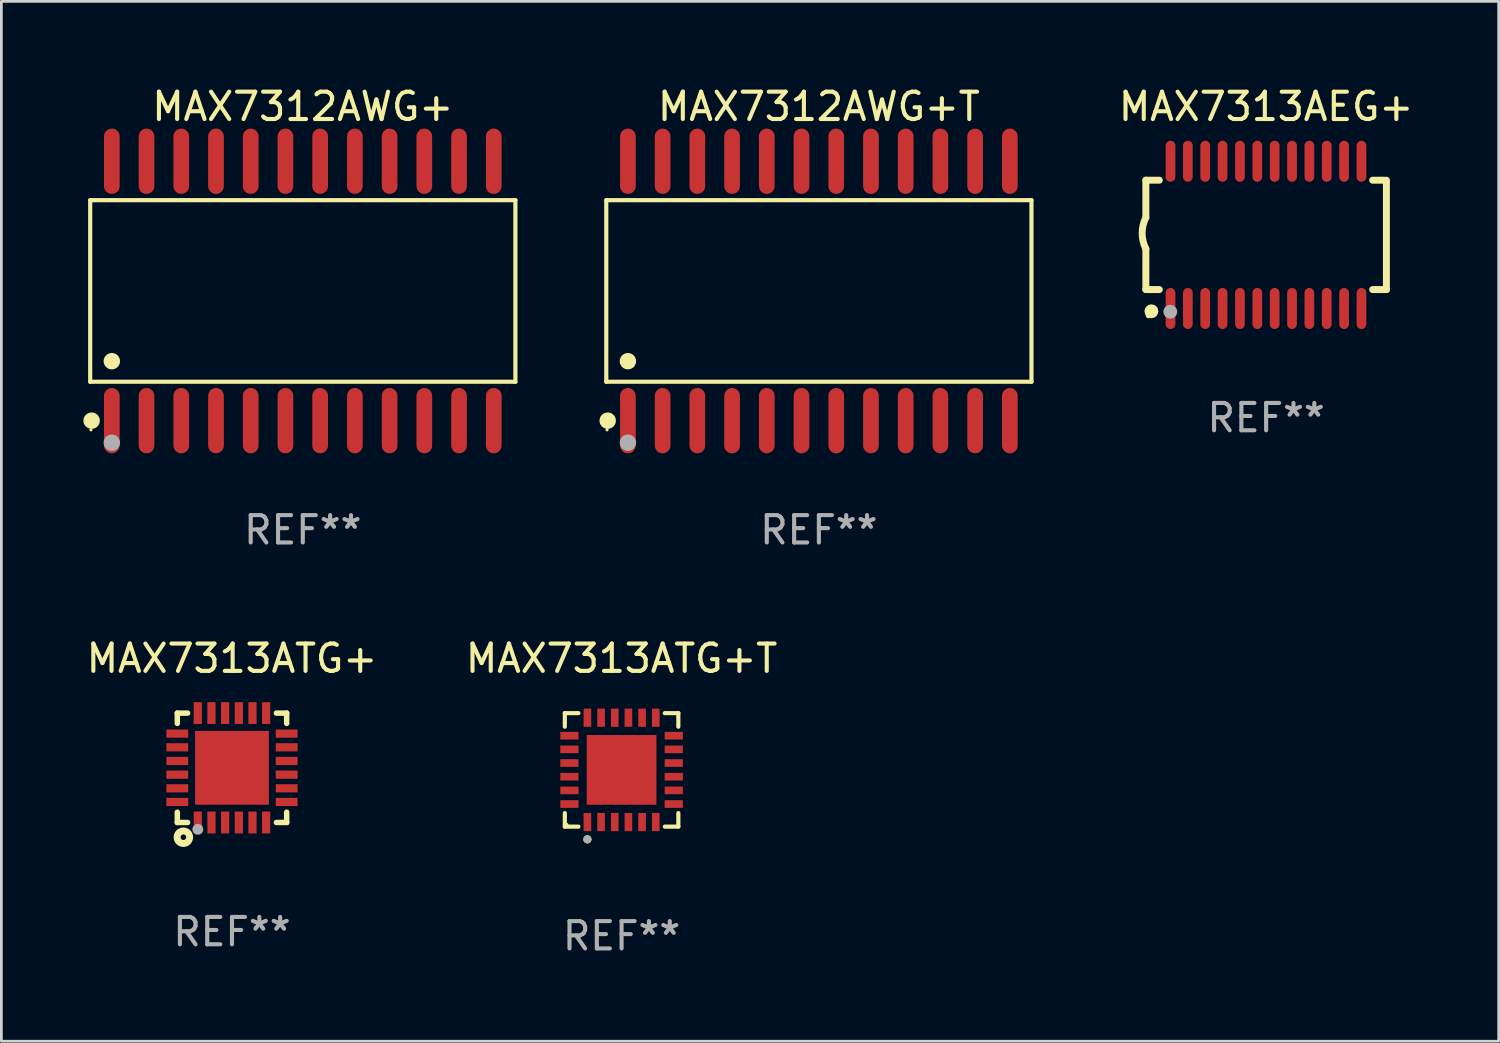
<source format=kicad_pcb>
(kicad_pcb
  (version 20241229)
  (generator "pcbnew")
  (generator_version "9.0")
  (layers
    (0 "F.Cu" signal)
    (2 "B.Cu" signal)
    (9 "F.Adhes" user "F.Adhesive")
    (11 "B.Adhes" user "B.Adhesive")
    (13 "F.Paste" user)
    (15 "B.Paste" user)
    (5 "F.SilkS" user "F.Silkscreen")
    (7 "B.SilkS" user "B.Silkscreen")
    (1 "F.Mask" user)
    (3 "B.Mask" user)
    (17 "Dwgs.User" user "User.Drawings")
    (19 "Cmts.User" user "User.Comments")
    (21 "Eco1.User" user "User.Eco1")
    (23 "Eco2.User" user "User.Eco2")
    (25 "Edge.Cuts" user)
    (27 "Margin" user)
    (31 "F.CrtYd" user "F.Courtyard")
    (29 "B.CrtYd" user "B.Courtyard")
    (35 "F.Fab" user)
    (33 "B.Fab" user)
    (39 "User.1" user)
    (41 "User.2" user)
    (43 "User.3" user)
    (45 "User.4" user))
  (footprint "MAX7313AEG+"
    (layer "F.Cu")
    (at 43.26 5.541)
    (property "Reference" "MAX7313AEG+" (at 0 -4.692 0) (layer "F.SilkS") (effects (font (size 1 1) (thickness 0.15))))
    (attr through_hole)
    (fp_line (start -4.399 -2) (end -4.399 -0.635) (stroke (width 0.254) (type solid)) (layer "F.SilkS"))
    (fp_line (start -4.399 -2) (end -3.907 -2) (stroke (width 0.254) (type solid)) (layer "F.SilkS"))
    (fp_line (start -4.399 2) (end -4.399 0.508) (stroke (width 0.254) (type solid)) (layer "F.SilkS"))
    (fp_line (start -4.399 2) (end -3.907 2) (stroke (width 0.254) (type solid)) (layer "F.SilkS"))
    (fp_line (start 3.896 -2) (end 4.313 -2) (stroke (width 0.254) (type solid)) (layer "F.SilkS"))
    (fp_line (start 3.896 2) (end 4.399 2) (stroke (width 0.254) (type solid)) (layer "F.SilkS"))
    (fp_line (start 4.399 2) (end 4.399 -2) (stroke (width 0.254) (type solid)) (layer "F.SilkS"))
    (fp_arc (start -4.399301 0.508001) (mid -4.534214 -0.0635) (end -4.399301 -0.635001) (stroke (width 0.254001) (type solid)) (layer "F.SilkS"))
    (fp_circle (center -4.305 2.95) (end -4.255 2.95) (stroke (width 0.1) (type solid)) (fill no) (layer "F.SilkS"))
    (fp_circle (center -4.196 2.794) (end -4.069 2.794) (stroke (width 0.254) (type solid)) (fill no) (layer "F.SilkS"))
    (fp_circle (center -3.505 2.81) (end -3.378 2.81) (stroke (width 0.254) (type solid)) (fill no) (layer "F.Fab"))
    (fp_text user "REF**" (at 0 6.692 0) (layer "F.Fab") (effects (font (size 1 1) (thickness 0.15))))
    (pad "1" smd oval (at -3.498 2.692 90) (size 1.5 0.356) (layers "F.Cu" "F.Mask" "F.Paste"))
    (pad "2" smd oval (at -2.863 2.692 90) (size 1.5 0.356) (layers "F.Cu" "F.Mask" "F.Paste"))
    (pad "3" smd oval (at -2.228 2.692 90) (size 1.5 0.356) (layers "F.Cu" "F.Mask" "F.Paste"))
    (pad "4" smd oval (at -1.593 2.692 90) (size 1.5 0.356) (layers "F.Cu" "F.Mask" "F.Paste"))
    (pad "5" smd oval (at -0.958 2.692 90) (size 1.5 0.356) (layers "F.Cu" "F.Mask" "F.Paste"))
    (pad "6" smd oval (at -0.323 2.692 90) (size 1.5 0.356) (layers "F.Cu" "F.Mask" "F.Paste"))
    (pad "7" smd oval (at 0.312 2.692 90) (size 1.5 0.356) (layers "F.Cu" "F.Mask" "F.Paste"))
    (pad "8" smd oval (at 0.947 2.692 90) (size 1.5 0.356) (layers "F.Cu" "F.Mask" "F.Paste"))
    (pad "9" smd oval (at 1.582 2.692 90) (size 1.5 0.356) (layers "F.Cu" "F.Mask" "F.Paste"))
    (pad "10" smd oval (at 2.217 2.692 90) (size 1.5 0.356) (layers "F.Cu" "F.Mask" "F.Paste"))
    (pad "11" smd oval (at 2.852 2.692 90) (size 1.5 0.356) (layers "F.Cu" "F.Mask" "F.Paste"))
    (pad "12" smd oval (at 3.487 2.692 90) (size 1.5 0.356) (layers "F.Cu" "F.Mask" "F.Paste"))
    (pad "13" smd oval (at 3.487 -2.692 90) (size 1.5 0.356) (layers "F.Cu" "F.Mask" "F.Paste"))
    (pad "14" smd oval (at 2.852 -2.692 90) (size 1.5 0.356) (layers "F.Cu" "F.Mask" "F.Paste"))
    (pad "15" smd oval (at 2.217 -2.692 90) (size 1.5 0.356) (layers "F.Cu" "F.Mask" "F.Paste"))
    (pad "16" smd oval (at 1.582 -2.692 90) (size 1.5 0.356) (layers "F.Cu" "F.Mask" "F.Paste"))
    (pad "17" smd oval (at 0.947 -2.692 90) (size 1.5 0.356) (layers "F.Cu" "F.Mask" "F.Paste"))
    (pad "18" smd oval (at 0.312 -2.692 90) (size 1.5 0.356) (layers "F.Cu" "F.Mask" "F.Paste"))
    (pad "19" smd oval (at -0.323 -2.692 90) (size 1.5 0.356) (layers "F.Cu" "F.Mask" "F.Paste"))
    (pad "20" smd oval (at -0.958 -2.692 90) (size 1.5 0.356) (layers "F.Cu" "F.Mask" "F.Paste"))
    (pad "21" smd oval (at -1.593 -2.692 90) (size 1.5 0.356) (layers "F.Cu" "F.Mask" "F.Paste"))
    (pad "22" smd oval (at -2.228 -2.692 90) (size 1.5 0.356) (layers "F.Cu" "F.Mask" "F.Paste"))
    (pad "23" smd oval (at -2.863 -2.692 90) (size 1.5 0.356) (layers "F.Cu" "F.Mask" "F.Paste"))
    (pad "24" smd oval (at -3.498 -2.692 90) (size 1.5 0.356) (layers "F.Cu" "F.Mask" "F.Paste")))
  (footprint "MAX7313ATG+"
    (layer "F.Cu")
    (at 5.435 25.033)
    (property "Reference" "MAX7313ATG+" (at 0 -4 0) (layer "F.SilkS") (effects (font (size 1 1) (thickness 0.15))))
    (attr through_hole)
    (fp_line (start -2 -2) (end -1.624 -2) (stroke (width 0.2) (type solid)) (layer "F.SilkS"))
    (fp_line (start -2 -1.624) (end -2 -2) (stroke (width 0.2) (type solid)) (layer "F.SilkS"))
    (fp_line (start -2 2) (end -2 1.624) (stroke (width 0.2) (type solid)) (layer "F.SilkS"))
    (fp_line (start -2 2) (end -1.624 2) (stroke (width 0.2) (type solid)) (layer "F.SilkS"))
    (fp_line (start 1.624 -2) (end 2 -2) (stroke (width 0.2) (type solid)) (layer "F.SilkS"))
    (fp_line (start 1.624 2) (end 2 2) (stroke (width 0.2) (type solid)) (layer "F.SilkS"))
    (fp_line (start 2 -2) (end 2 -1.624) (stroke (width 0.2) (type solid)) (layer "F.SilkS"))
    (fp_line (start 2 1.624) (end 2 2) (stroke (width 0.2) (type solid)) (layer "F.SilkS"))
    (fp_circle (center -2 2) (end -1.97 2) (stroke (width 0.06) (type solid)) (fill no) (layer "F.SilkS"))
    (fp_circle (center -1.778 2.54) (end -1.676 2.54) (stroke (width 0.254) (type solid)) (fill no) (layer "F.SilkS"))
    (fp_circle (center -1.25 2.25) (end -1.15 2.25) (stroke (width 0.2) (type solid)) (fill no) (layer "F.Fab"))
    (fp_text user "REF**" (at 0 6 0) (layer "F.Fab") (effects (font (size 1 1) (thickness 0.15))))
    (pad "1" smd rect (at -1.25 2) (size 0.3 0.8) (layers "F.Cu" "F.Mask" "F.Paste"))
    (pad "2" smd rect (at -0.75 2) (size 0.3 0.8) (layers "F.Cu" "F.Mask" "F.Paste"))
    (pad "3" smd rect (at -0.25 2) (size 0.3 0.8) (layers "F.Cu" "F.Mask" "F.Paste"))
    (pad "4" smd rect (at 0.25 2) (size 0.3 0.8) (layers "F.Cu" "F.Mask" "F.Paste"))
    (pad "5" smd rect (at 0.75 2) (size 0.3 0.8) (layers "F.Cu" "F.Mask" "F.Paste"))
    (pad "6" smd rect (at 1.25 2) (size 0.3 0.8) (layers "F.Cu" "F.Mask" "F.Paste"))
    (pad "7" smd rect (at 2 1.25 90) (size 0.3 0.8) (layers "F.Cu" "F.Mask" "F.Paste"))
    (pad "8" smd rect (at 2 0.75 90) (size 0.3 0.8) (layers "F.Cu" "F.Mask" "F.Paste"))
    (pad "9" smd rect (at 2 0.25 90) (size 0.3 0.8) (layers "F.Cu" "F.Mask" "F.Paste"))
    (pad "10" smd rect (at 2 -0.25 90) (size 0.3 0.8) (layers "F.Cu" "F.Mask" "F.Paste"))
    (pad "11" smd rect (at 2 -0.75 90) (size 0.3 0.8) (layers "F.Cu" "F.Mask" "F.Paste"))
    (pad "12" smd rect (at 2 -1.25 90) (size 0.3 0.8) (layers "F.Cu" "F.Mask" "F.Paste"))
    (pad "13" smd rect (at 1.25 -2 180) (size 0.3 0.8) (layers "F.Cu" "F.Mask" "F.Paste"))
    (pad "14" smd rect (at 0.75 -2 180) (size 0.3 0.8) (layers "F.Cu" "F.Mask" "F.Paste"))
    (pad "15" smd rect (at 0.25 -2 180) (size 0.3 0.8) (layers "F.Cu" "F.Mask" "F.Paste"))
    (pad "16" smd rect (at -0.25 -2 180) (size 0.3 0.8) (layers "F.Cu" "F.Mask" "F.Paste"))
    (pad "17" smd rect (at -0.75 -2 180) (size 0.3 0.8) (layers "F.Cu" "F.Mask" "F.Paste"))
    (pad "18" smd rect (at -1.25 -2 180) (size 0.3 0.8) (layers "F.Cu" "F.Mask" "F.Paste"))
    (pad "19" smd rect (at -2 -1.25 270) (size 0.3 0.8) (layers "F.Cu" "F.Mask" "F.Paste"))
    (pad "20" smd rect (at -2 -0.75 270) (size 0.3 0.8) (layers "F.Cu" "F.Mask" "F.Paste"))
    (pad "21" smd rect (at -2 -0.25 270) (size 0.3 0.8) (layers "F.Cu" "F.Mask" "F.Paste"))
    (pad "22" smd rect (at -2 0.25 270) (size 0.3 0.8) (layers "F.Cu" "F.Mask" "F.Paste"))
    (pad "23" smd rect (at -2 0.75 270) (size 0.3 0.8) (layers "F.Cu" "F.Mask" "F.Paste"))
    (pad "24" smd rect (at -2 1.25 270) (size 0.3 0.8) (layers "F.Cu" "F.Mask" "F.Paste"))
    (pad "25" smd rect (at 0 0) (size 2.7 2.7) (layers "F.Cu" "F.Mask" "F.Paste")))
  (footprint "MAX7313ATG+T"
    (layer "F.Cu")
    (at 19.685 25.109)
    (property "Reference" "MAX7313ATG+T" (at 0 -4.076 0) (layer "F.SilkS") (effects (font (size 1 1) (thickness 0.15))))
    (attr through_hole)
    (fp_line (start -2.076 -2.076) (end -1.58 -2.076) (stroke (width 0.152) (type solid)) (layer "F.SilkS"))
    (fp_line (start -2.076 -1.58) (end -2.076 -2.076) (stroke (width 0.152) (type solid)) (layer "F.SilkS"))
    (fp_line (start -2.076 1.58) (end -2.076 2.076) (stroke (width 0.152) (type solid)) (layer "F.SilkS"))
    (fp_line (start -2.076 2.076) (end -1.58 2.076) (stroke (width 0.152) (type solid)) (layer "F.SilkS"))
    (fp_line (start 2.076 -2.076) (end 1.58 -2.076) (stroke (width 0.152) (type solid)) (layer "F.SilkS"))
    (fp_line (start 2.076 -1.58) (end 2.076 -2.076) (stroke (width 0.152) (type solid)) (layer "F.SilkS"))
    (fp_line (start 2.076 1.58) (end 2.076 2.076) (stroke (width 0.152) (type solid)) (layer "F.SilkS"))
    (fp_line (start 2.076 2.076) (end 1.58 2.076) (stroke (width 0.152) (type solid)) (layer "F.SilkS"))
    (fp_circle (center -2 2) (end -1.97 2) (stroke (width 0.06) (type solid)) (fill no) (layer "F.SilkS"))
    (fp_circle (center -1.25 2.54) (end -1.175 2.54) (stroke (width 0.15) (type solid)) (fill no) (layer "F.SilkS"))
    (fp_circle (center -1.25 2.54) (end -1.175 2.54) (stroke (width 0.15) (type solid)) (fill no) (layer "F.Fab"))
    (fp_text user "REF**" (at 0 6.076 0) (layer "F.Fab") (effects (font (size 1 1) (thickness 0.15))))
    (pad "1" smd rect (at -1.25 1.908) (size 0.28 0.665) (layers "F.Cu" "F.Mask" "F.Paste"))
    (pad "2" smd rect (at -0.75 1.908) (size 0.28 0.665) (layers "F.Cu" "F.Mask" "F.Paste"))
    (pad "3" smd rect (at -0.25 1.908) (size 0.28 0.665) (layers "F.Cu" "F.Mask" "F.Paste"))
    (pad "4" smd rect (at 0.25 1.908) (size 0.28 0.665) (layers "F.Cu" "F.Mask" "F.Paste"))
    (pad "5" smd rect (at 0.75 1.908) (size 0.28 0.665) (layers "F.Cu" "F.Mask" "F.Paste"))
    (pad "6" smd rect (at 1.25 1.908) (size 0.28 0.665) (layers "F.Cu" "F.Mask" "F.Paste"))
    (pad "7" smd rect (at 1.908 1.25) (size 0.665 0.28) (layers "F.Cu" "F.Mask" "F.Paste"))
    (pad "8" smd rect (at 1.908 0.75) (size 0.665 0.28) (layers "F.Cu" "F.Mask" "F.Paste"))
    (pad "9" smd rect (at 1.908 0.25) (size 0.665 0.28) (layers "F.Cu" "F.Mask" "F.Paste"))
    (pad "10" smd rect (at 1.908 -0.25) (size 0.665 0.28) (layers "F.Cu" "F.Mask" "F.Paste"))
    (pad "11" smd rect (at 1.908 -0.75) (size 0.665 0.28) (layers "F.Cu" "F.Mask" "F.Paste"))
    (pad "12" smd rect (at 1.908 -1.25) (size 0.665 0.28) (layers "F.Cu" "F.Mask" "F.Paste"))
    (pad "13" smd rect (at 1.25 -1.908) (size 0.28 0.665) (layers "F.Cu" "F.Mask" "F.Paste"))
    (pad "14" smd rect (at 0.75 -1.908) (size 0.28 0.665) (layers "F.Cu" "F.Mask" "F.Paste"))
    (pad "15" smd rect (at 0.25 -1.908) (size 0.28 0.665) (layers "F.Cu" "F.Mask" "F.Paste"))
    (pad "16" smd rect (at -0.25 -1.908) (size 0.28 0.665) (layers "F.Cu" "F.Mask" "F.Paste"))
    (pad "17" smd rect (at -0.75 -1.908) (size 0.28 0.665) (layers "F.Cu" "F.Mask" "F.Paste"))
    (pad "18" smd rect (at -1.25 -1.908) (size 0.28 0.665) (layers "F.Cu" "F.Mask" "F.Paste"))
    (pad "19" smd rect (at -1.908 -1.25) (size 0.665 0.28) (layers "F.Cu" "F.Mask" "F.Paste"))
    (pad "20" smd rect (at -1.908 -0.75) (size 0.665 0.28) (layers "F.Cu" "F.Mask" "F.Paste"))
    (pad "21" smd rect (at -1.908 -0.25) (size 0.665 0.28) (layers "F.Cu" "F.Mask" "F.Paste"))
    (pad "22" smd rect (at -1.908 0.25) (size 0.665 0.28) (layers "F.Cu" "F.Mask" "F.Paste"))
    (pad "23" smd rect (at -1.908 0.75) (size 0.665 0.28) (layers "F.Cu" "F.Mask" "F.Paste"))
    (pad "24" smd rect (at -1.908 1.25) (size 0.665 0.28) (layers "F.Cu" "F.Mask" "F.Paste"))
    (pad "25" smd rect (at 0 0) (size 2.55 2.55) (layers "F.Cu" "F.Mask" "F.Paste")))
  (footprint "MAX7312AWG+"
    (layer "F.Cu")
    (at 8.025 7.592)
    (property "Reference" "MAX7312AWG+" (at 0 -6.744 0) (layer "F.SilkS") (effects (font (size 1 1) (thickness 0.15))))
    (attr through_hole)
    (fp_line (start -7.776 -3.321) (end 7.776 -3.321) (stroke (width 0.152) (type solid)) (layer "F.SilkS"))
    (fp_line (start -7.776 3.321) (end -7.776 -3.321) (stroke (width 0.152) (type solid)) (layer "F.SilkS"))
    (fp_line (start 7.776 -3.321) (end 7.776 3.321) (stroke (width 0.152) (type solid)) (layer "F.SilkS"))
    (fp_line (start 7.776 3.321) (end -7.776 3.321) (stroke (width 0.152) (type solid)) (layer "F.SilkS"))
    (fp_circle (center -7.747 5.08) (end -7.717 5.08) (stroke (width 0.06) (type solid)) (fill no) (layer "F.SilkS"))
    (fp_circle (center -7.724 4.744) (end -7.574 4.744) (stroke (width 0.3) (type solid)) (fill no) (layer "F.SilkS"))
    (fp_circle (center -6.985 2.569) (end -6.835 2.569) (stroke (width 0.3) (type solid)) (fill no) (layer "F.SilkS"))
    (fp_circle (center -6.985 5.55) (end -6.835 5.55) (stroke (width 0.3) (type solid)) (fill no) (layer "F.Fab"))
    (fp_text user "REF**" (at 0 8.744 0) (layer "F.Fab") (effects (font (size 1 1) (thickness 0.15))))
    (pad "1" smd oval (at -6.985 4.744) (size 0.574 2.388) (layers "F.Cu" "F.Mask" "F.Paste"))
    (pad "2" smd oval (at -5.715 4.744) (size 0.574 2.388) (layers "F.Cu" "F.Mask" "F.Paste"))
    (pad "3" smd oval (at -4.445 4.744) (size 0.574 2.388) (layers "F.Cu" "F.Mask" "F.Paste"))
    (pad "4" smd oval (at -3.175 4.744) (size 0.574 2.388) (layers "F.Cu" "F.Mask" "F.Paste"))
    (pad "5" smd oval (at -1.905 4.744) (size 0.574 2.388) (layers "F.Cu" "F.Mask" "F.Paste"))
    (pad "6" smd oval (at -0.635 4.744) (size 0.574 2.388) (layers "F.Cu" "F.Mask" "F.Paste"))
    (pad "7" smd oval (at 0.635 4.744) (size 0.574 2.388) (layers "F.Cu" "F.Mask" "F.Paste"))
    (pad "8" smd oval (at 1.905 4.744) (size 0.574 2.388) (layers "F.Cu" "F.Mask" "F.Paste"))
    (pad "9" smd oval (at 3.175 4.744) (size 0.574 2.388) (layers "F.Cu" "F.Mask" "F.Paste"))
    (pad "10" smd oval (at 4.445 4.744) (size 0.574 2.388) (layers "F.Cu" "F.Mask" "F.Paste"))
    (pad "11" smd oval (at 5.715 4.744) (size 0.574 2.388) (layers "F.Cu" "F.Mask" "F.Paste"))
    (pad "12" smd oval (at 6.985 4.744) (size 0.574 2.388) (layers "F.Cu" "F.Mask" "F.Paste"))
    (pad "13" smd oval (at 6.985 -4.744) (size 0.574 2.388) (layers "F.Cu" "F.Mask" "F.Paste"))
    (pad "14" smd oval (at 5.715 -4.744) (size 0.574 2.388) (layers "F.Cu" "F.Mask" "F.Paste"))
    (pad "15" smd oval (at 4.445 -4.744) (size 0.574 2.388) (layers "F.Cu" "F.Mask" "F.Paste"))
    (pad "16" smd oval (at 3.175 -4.744) (size 0.574 2.388) (layers "F.Cu" "F.Mask" "F.Paste"))
    (pad "17" smd oval (at 1.905 -4.744) (size 0.574 2.388) (layers "F.Cu" "F.Mask" "F.Paste"))
    (pad "18" smd oval (at 0.635 -4.744) (size 0.574 2.388) (layers "F.Cu" "F.Mask" "F.Paste"))
    (pad "19" smd oval (at -0.635 -4.744) (size 0.574 2.388) (layers "F.Cu" "F.Mask" "F.Paste"))
    (pad "20" smd oval (at -1.905 -4.744) (size 0.574 2.388) (layers "F.Cu" "F.Mask" "F.Paste"))
    (pad "21" smd oval (at -3.175 -4.744) (size 0.574 2.388) (layers "F.Cu" "F.Mask" "F.Paste"))
    (pad "22" smd oval (at -4.445 -4.744) (size 0.574 2.388) (layers "F.Cu" "F.Mask" "F.Paste"))
    (pad "23" smd oval (at -5.715 -4.744) (size 0.574 2.388) (layers "F.Cu" "F.Mask" "F.Paste"))
    (pad "24" smd oval (at -6.985 -4.744) (size 0.574 2.388) (layers "F.Cu" "F.Mask" "F.Paste")))
  (footprint "MAX7312AWG+T"
    (layer "F.Cu")
    (at 26.901 7.592)
    (property "Reference" "MAX7312AWG+T" (at 0 -6.744 0) (layer "F.SilkS") (effects (font (size 1 1) (thickness 0.15))))
    (attr through_hole)
    (fp_line (start -7.776 -3.321) (end 7.776 -3.321) (stroke (width 0.152) (type solid)) (layer "F.SilkS"))
    (fp_line (start -7.776 3.321) (end -7.776 -3.321) (stroke (width 0.152) (type solid)) (layer "F.SilkS"))
    (fp_line (start 7.776 -3.321) (end 7.776 3.321) (stroke (width 0.152) (type solid)) (layer "F.SilkS"))
    (fp_line (start 7.776 3.321) (end -7.776 3.321) (stroke (width 0.152) (type solid)) (layer "F.SilkS"))
    (fp_circle (center -7.747 5.08) (end -7.717 5.08) (stroke (width 0.06) (type solid)) (fill no) (layer "F.SilkS"))
    (fp_circle (center -7.724 4.744) (end -7.574 4.744) (stroke (width 0.3) (type solid)) (fill no) (layer "F.SilkS"))
    (fp_circle (center -6.985 2.569) (end -6.835 2.569) (stroke (width 0.3) (type solid)) (fill no) (layer "F.SilkS"))
    (fp_circle (center -6.985 5.55) (end -6.835 5.55) (stroke (width 0.3) (type solid)) (fill no) (layer "F.Fab"))
    (fp_text user "REF**" (at 0 8.744 0) (layer "F.Fab") (effects (font (size 1 1) (thickness 0.15))))
    (pad "1" smd oval (at -6.985 4.744) (size 0.574 2.388) (layers "F.Cu" "F.Mask" "F.Paste"))
    (pad "2" smd oval (at -5.715 4.744) (size 0.574 2.388) (layers "F.Cu" "F.Mask" "F.Paste"))
    (pad "3" smd oval (at -4.445 4.744) (size 0.574 2.388) (layers "F.Cu" "F.Mask" "F.Paste"))
    (pad "4" smd oval (at -3.175 4.744) (size 0.574 2.388) (layers "F.Cu" "F.Mask" "F.Paste"))
    (pad "5" smd oval (at -1.905 4.744) (size 0.574 2.388) (layers "F.Cu" "F.Mask" "F.Paste"))
    (pad "6" smd oval (at -0.635 4.744) (size 0.574 2.388) (layers "F.Cu" "F.Mask" "F.Paste"))
    (pad "7" smd oval (at 0.635 4.744) (size 0.574 2.388) (layers "F.Cu" "F.Mask" "F.Paste"))
    (pad "8" smd oval (at 1.905 4.744) (size 0.574 2.388) (layers "F.Cu" "F.Mask" "F.Paste"))
    (pad "9" smd oval (at 3.175 4.744) (size 0.574 2.388) (layers "F.Cu" "F.Mask" "F.Paste"))
    (pad "10" smd oval (at 4.445 4.744) (size 0.574 2.388) (layers "F.Cu" "F.Mask" "F.Paste"))
    (pad "11" smd oval (at 5.715 4.744) (size 0.574 2.388) (layers "F.Cu" "F.Mask" "F.Paste"))
    (pad "12" smd oval (at 6.985 4.744) (size 0.574 2.388) (layers "F.Cu" "F.Mask" "F.Paste"))
    (pad "13" smd oval (at 6.985 -4.744) (size 0.574 2.388) (layers "F.Cu" "F.Mask" "F.Paste"))
    (pad "14" smd oval (at 5.715 -4.744) (size 0.574 2.388) (layers "F.Cu" "F.Mask" "F.Paste"))
    (pad "15" smd oval (at 4.445 -4.744) (size 0.574 2.388) (layers "F.Cu" "F.Mask" "F.Paste"))
    (pad "16" smd oval (at 3.175 -4.744) (size 0.574 2.388) (layers "F.Cu" "F.Mask" "F.Paste"))
    (pad "17" smd oval (at 1.905 -4.744) (size 0.574 2.388) (layers "F.Cu" "F.Mask" "F.Paste"))
    (pad "18" smd oval (at 0.635 -4.744) (size 0.574 2.388) (layers "F.Cu" "F.Mask" "F.Paste"))
    (pad "19" smd oval (at -0.635 -4.744) (size 0.574 2.388) (layers "F.Cu" "F.Mask" "F.Paste"))
    (pad "20" smd oval (at -1.905 -4.744) (size 0.574 2.388) (layers "F.Cu" "F.Mask" "F.Paste"))
    (pad "21" smd oval (at -3.175 -4.744) (size 0.574 2.388) (layers "F.Cu" "F.Mask" "F.Paste"))
    (pad "22" smd oval (at -4.445 -4.744) (size 0.574 2.388) (layers "F.Cu" "F.Mask" "F.Paste"))
    (pad "23" smd oval (at -5.715 -4.744) (size 0.574 2.388) (layers "F.Cu" "F.Mask" "F.Paste"))
    (pad "24" smd oval (at -6.985 -4.744) (size 0.574 2.388) (layers "F.Cu" "F.Mask" "F.Paste")))
  (gr_rect
    (start -3 -3)
    (end 51.766 35.033)
    (stroke (width 0.1) (type default))
    (fill no)
    (layer "Edge.Cuts")))
</source>
